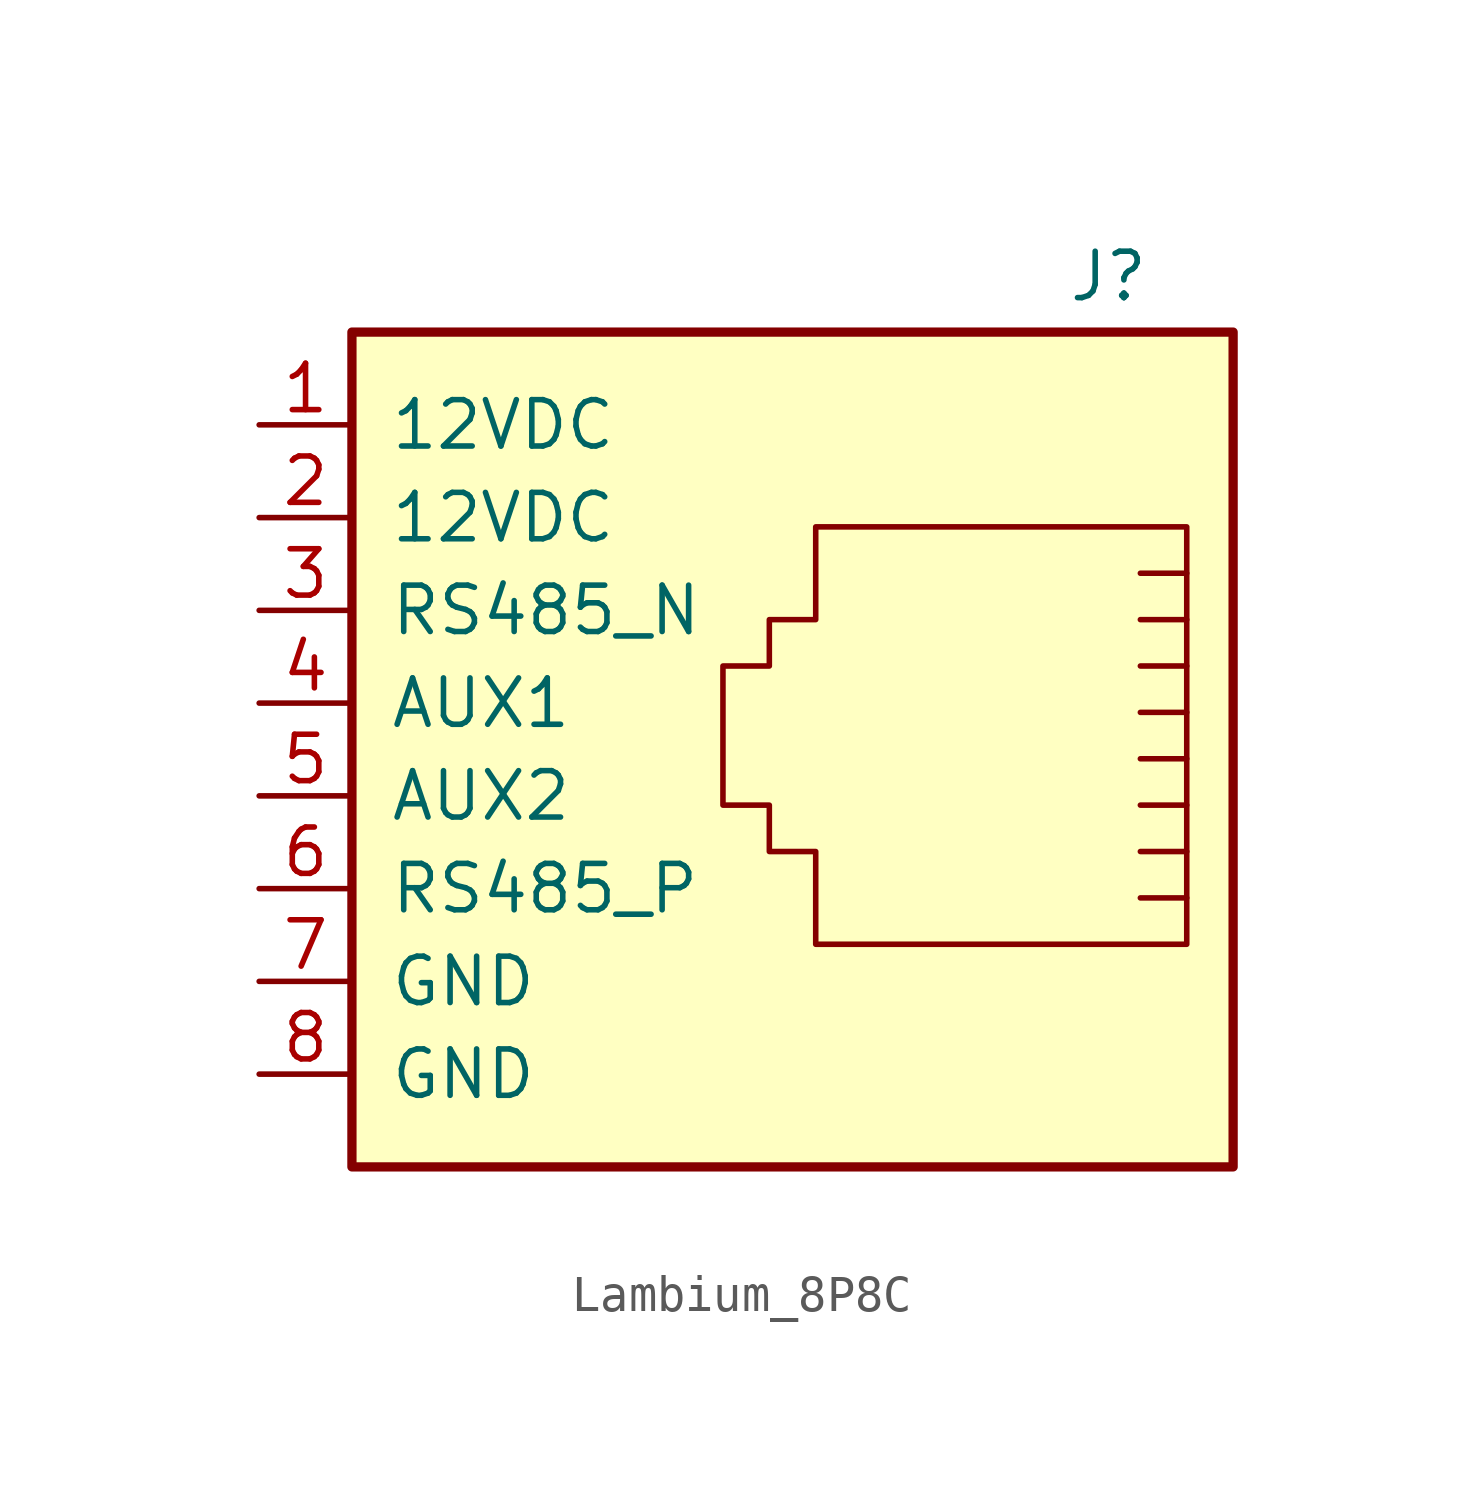
<source format=kicad_sym>
(kicad_symbol_lib
  (version 20231120)
  (generator "kicad_symbol_editor")
  (generator_version "8.0")
  (symbol "Lambium_8P8C"
    (pin_names
      (offset 1.016))
    (property "Reference" "J"
      (at 14.224 14.224 0)
      (effects (font (size 1.27 1.27)) (justify right)))
    (symbol "Lambium_8P8C_0_1"
      (rectangle (start -7.62 12.7) (end 16.51 -10.16) (stroke (width 0.254) (type default)) (fill (type background)))
      (polyline (pts (xy 13.97 -2.794) (xy 15.24 -2.794)) (stroke (width 0) (type default)) (fill (type none)))
      (polyline (pts (xy 13.97 -1.524) (xy 15.24 -1.524)) (stroke (width 0) (type default)) (fill (type none)))
      (polyline (pts (xy 13.97 -0.254) (xy 15.24 -0.254) (xy 15.24 -0.254)) (stroke (width 0) (type default)) (fill (type none)))
      (polyline (pts (xy 15.24 1.016) (xy 13.97 1.016) (xy 13.97 1.016)) (stroke (width 0) (type default)) (fill (type none)))
      (polyline (pts (xy 15.24 2.286) (xy 13.97 2.286) (xy 13.97 2.286)) (stroke (width 0) (type default)) (fill (type none)))
      (polyline (pts (xy 15.24 3.556) (xy 13.97 3.556) (xy 13.97 3.556)) (stroke (width 0) (type default)) (fill (type none)))
      (polyline (pts (xy 15.24 4.826) (xy 13.97 4.826) (xy 13.97 4.826)) (stroke (width 0) (type default)) (fill (type none)))
      (polyline (pts (xy 15.24 6.096) (xy 13.97 6.096) (xy 13.97 6.096)) (stroke (width 0) (type default)) (fill (type none)))
      (polyline (pts (xy 15.24 7.366) (xy 15.24 -4.064) (xy 5.08 -4.064) (xy 5.08 -1.524) (xy 3.81 -1.524) (xy 3.81 -0.254) (xy 2.54 -0.254) (xy 2.54 3.556) (xy 3.81 3.556) (xy 3.81 4.826) (xy 5.08 4.826) (xy 5.08 7.366) (xy 15.24 7.366) (xy 15.24 7.366)) (stroke (width 0) (type default)) (fill (type none))))
    (symbol "Lambium_8P8C_1_1"
      (pin power_out line (at -10.16 10.16 0) (length 2.54) (name "12VDC" (effects (font (size 1.27 1.27)))) (number "1" (effects (font (size 1.27 1.27)))))
      (pin power_out line (at -10.16 7.62 0) (length 2.54) (name "12VDC" (effects (font (size 1.27 1.27)))) (number "2" (effects (font (size 1.27 1.27)))))
      (pin tri_state line (at -10.16 5.08 0) (length 2.54) (name "RS485_N" (effects (font (size 1.27 1.27)))) (number "3" (effects (font (size 1.27 1.27)))))
      (pin unspecified line (at -10.16 2.54 0) (length 2.54) (name "AUX1" (effects (font (size 1.27 1.27)))) (number "4" (effects (font (size 1.27 1.27)))))
      (pin unspecified line (at -10.16 0 0) (length 2.54) (name "AUX2" (effects (font (size 1.27 1.27)))) (number "5" (effects (font (size 1.27 1.27)))))
      (pin tri_state line (at -10.16 -2.54 0) (length 2.54) (name "RS485_P" (effects (font (size 1.27 1.27)))) (number "6" (effects (font (size 1.27 1.27)))))
      (pin power_in line (at -10.16 -5.08 0) (length 2.54) (name "GND" (effects (font (size 1.27 1.27)))) (number "7" (effects (font (size 1.27 1.27)))))
      (pin power_in line (at -10.16 -7.62 0) (length 2.54) (name "GND" (effects (font (size 1.27 1.27)))) (number "8" (effects (font (size 1.27 1.27))))))))
</source>
